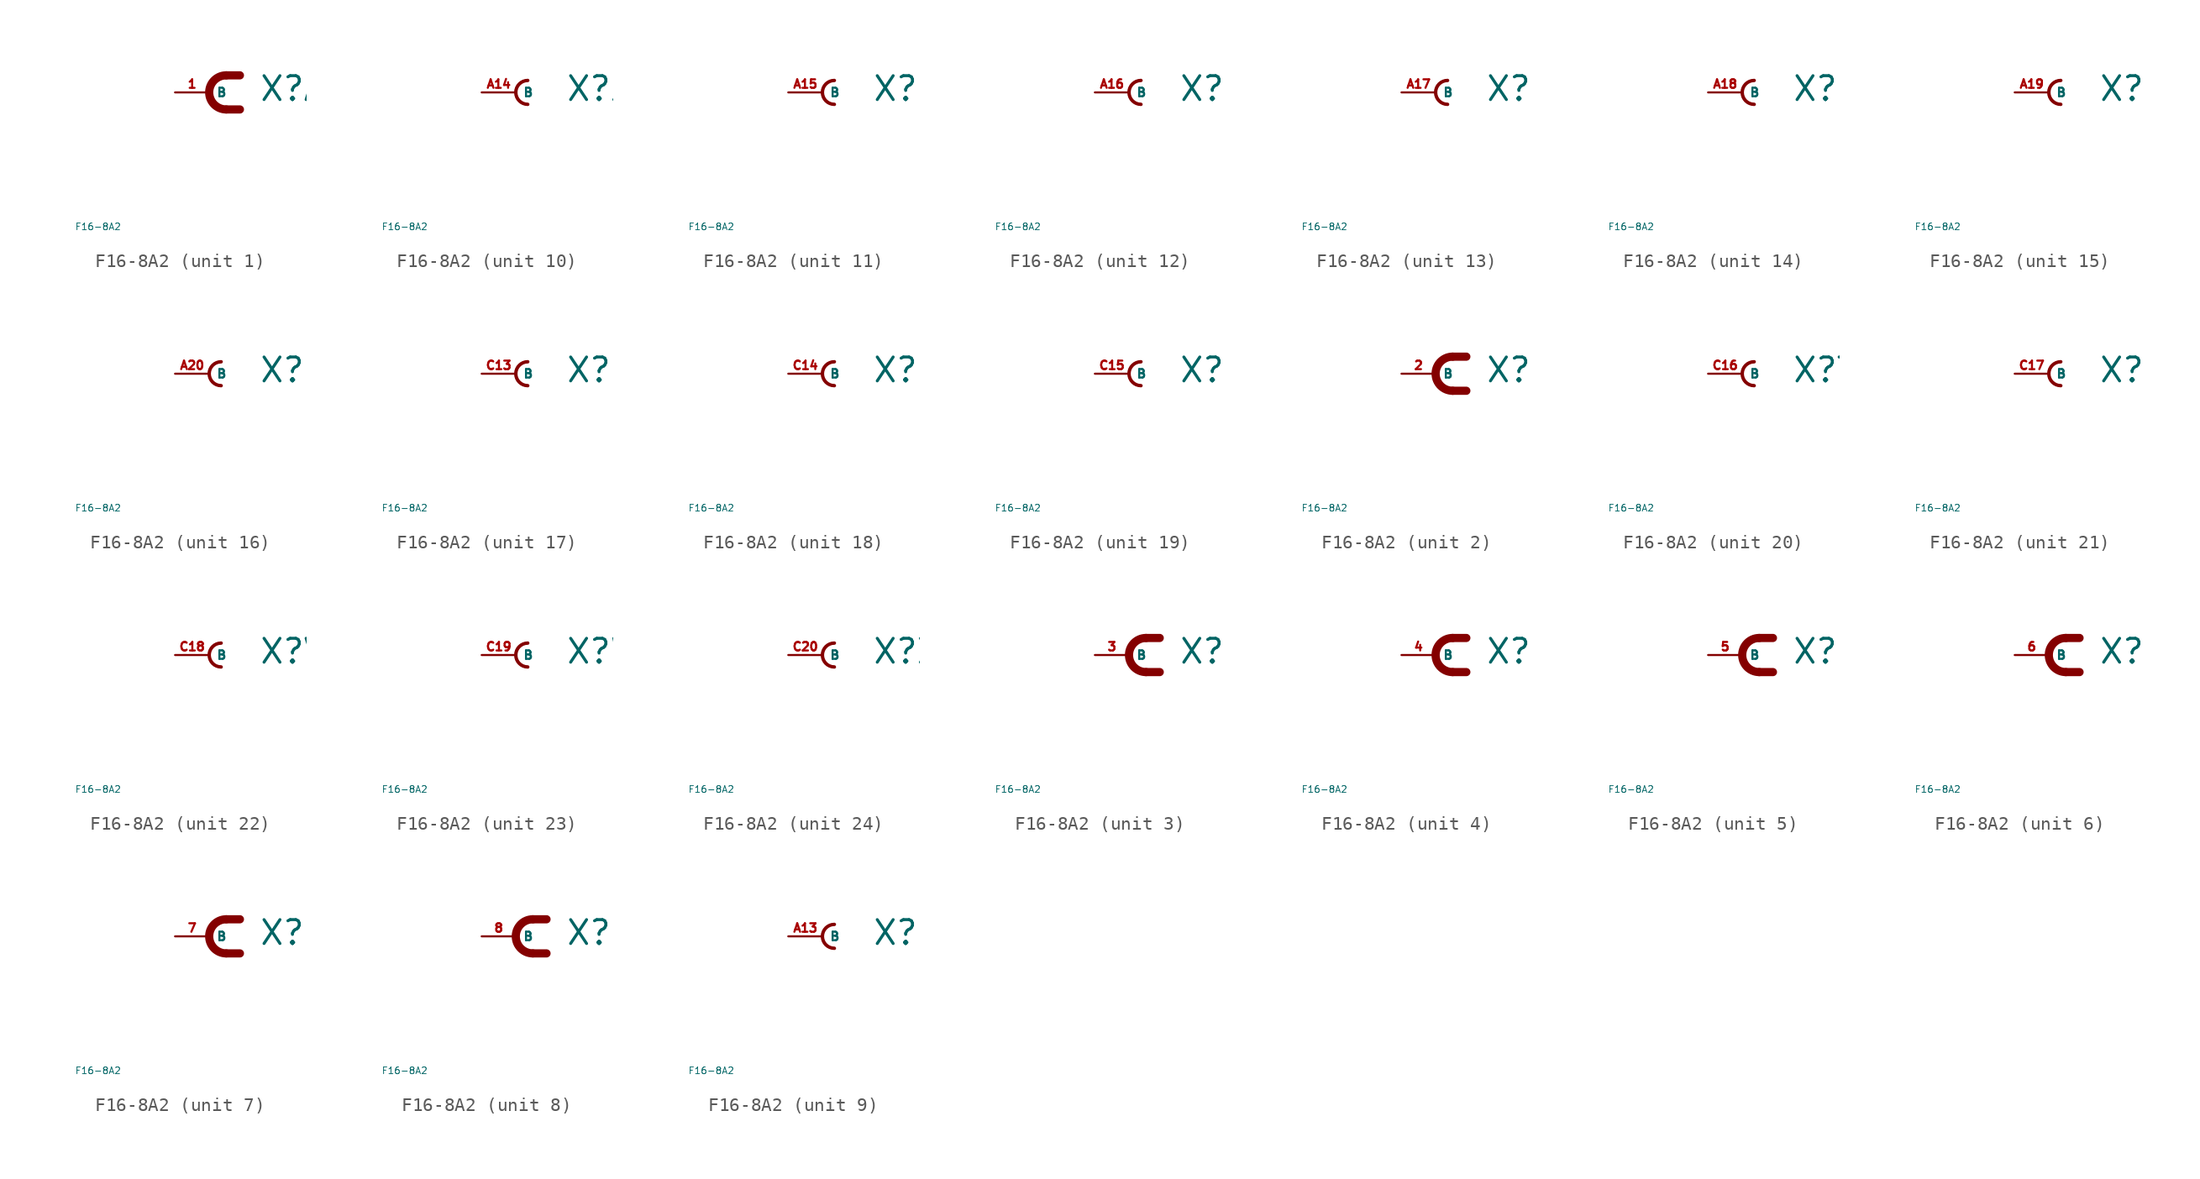
<source format=kicad_sym>
(kicad_symbol_lib
  (version 20220914)
  (generator Eagle2Kicad)
  (symbol "F16-8A2"
    (property "Reference" "X"
      (at 3.683 -0.762 0)
      (effects (font (size 1.778 1.778) (thickness 0.22)) (justify left bottom)))
    (property "Value" "F16-8A2"
      (at -10 -10 0)
      (effects (font (size 0.5 0.5) (thickness 0.06)) (justify left)))
    (symbol "F16-8A2_1_0"
      (arc (start 1.27 1.27) (mid 0.000 0.000) (end 1.27 -1.27) (stroke (width 0.6096) (type default)) (fill (type none)))
      (polyline (pts (xy 1.27 1.27) (xy 2.286 1.27)) (stroke (width 0.61) (type default)) (fill (type none)))
      (polyline (pts (xy 1.27 -1.27) (xy 2.286 -1.27)) (stroke (width 0.61) (type default)) (fill (type none)))
      (pin passive line (at -2.54 0 0) (length 2.54) (name "B" (effects (font (size 0.635 0.635) (thickness 0.08)) (justify left bottom))) (number "1" (effects (font (size 0.635 0.635) (thickness 0.08)) (justify left bottom)))))
    (symbol "F16-8A2_2_0"
      (arc (start 1.27 1.27) (mid 0.000 0.000) (end 1.27 -1.27) (stroke (width 0.6096) (type default)) (fill (type none)))
      (polyline (pts (xy 1.27 1.27) (xy 2.286 1.27)) (stroke (width 0.61) (type default)) (fill (type none)))
      (polyline (pts (xy 1.27 -1.27) (xy 2.286 -1.27)) (stroke (width 0.61) (type default)) (fill (type none)))
      (pin passive line (at -2.54 0 0) (length 2.54) (name "B" (effects (font (size 0.635 0.635) (thickness 0.08)) (justify left bottom))) (number "2" (effects (font (size 0.635 0.635) (thickness 0.08)) (justify left bottom)))))
    (symbol "F16-8A2_3_0"
      (arc (start 1.27 1.27) (mid 0.000 0.000) (end 1.27 -1.27) (stroke (width 0.6096) (type default)) (fill (type none)))
      (polyline (pts (xy 1.27 1.27) (xy 2.286 1.27)) (stroke (width 0.61) (type default)) (fill (type none)))
      (polyline (pts (xy 1.27 -1.27) (xy 2.286 -1.27)) (stroke (width 0.61) (type default)) (fill (type none)))
      (pin passive line (at -2.54 0 0) (length 2.54) (name "B" (effects (font (size 0.635 0.635) (thickness 0.08)) (justify left bottom))) (number "3" (effects (font (size 0.635 0.635) (thickness 0.08)) (justify left bottom)))))
    (symbol "F16-8A2_4_0"
      (arc (start 1.27 1.27) (mid 0.000 0.000) (end 1.27 -1.27) (stroke (width 0.6096) (type default)) (fill (type none)))
      (polyline (pts (xy 1.27 1.27) (xy 2.286 1.27)) (stroke (width 0.61) (type default)) (fill (type none)))
      (polyline (pts (xy 1.27 -1.27) (xy 2.286 -1.27)) (stroke (width 0.61) (type default)) (fill (type none)))
      (pin passive line (at -2.54 0 0) (length 2.54) (name "B" (effects (font (size 0.635 0.635) (thickness 0.08)) (justify left bottom))) (number "4" (effects (font (size 0.635 0.635) (thickness 0.08)) (justify left bottom)))))
    (symbol "F16-8A2_5_0"
      (arc (start 1.27 1.27) (mid 0.000 0.000) (end 1.27 -1.27) (stroke (width 0.6096) (type default)) (fill (type none)))
      (polyline (pts (xy 1.27 1.27) (xy 2.286 1.27)) (stroke (width 0.61) (type default)) (fill (type none)))
      (polyline (pts (xy 1.27 -1.27) (xy 2.286 -1.27)) (stroke (width 0.61) (type default)) (fill (type none)))
      (pin passive line (at -2.54 0 0) (length 2.54) (name "B" (effects (font (size 0.635 0.635) (thickness 0.08)) (justify left bottom))) (number "5" (effects (font (size 0.635 0.635) (thickness 0.08)) (justify left bottom)))))
    (symbol "F16-8A2_6_0"
      (arc (start 1.27 1.27) (mid 0.000 0.000) (end 1.27 -1.27) (stroke (width 0.6096) (type default)) (fill (type none)))
      (polyline (pts (xy 1.27 1.27) (xy 2.286 1.27)) (stroke (width 0.61) (type default)) (fill (type none)))
      (polyline (pts (xy 1.27 -1.27) (xy 2.286 -1.27)) (stroke (width 0.61) (type default)) (fill (type none)))
      (pin passive line (at -2.54 0 0) (length 2.54) (name "B" (effects (font (size 0.635 0.635) (thickness 0.08)) (justify left bottom))) (number "6" (effects (font (size 0.635 0.635) (thickness 0.08)) (justify left bottom)))))
    (symbol "F16-8A2_7_0"
      (arc (start 1.27 1.27) (mid 0.000 0.000) (end 1.27 -1.27) (stroke (width 0.6096) (type default)) (fill (type none)))
      (polyline (pts (xy 1.27 1.27) (xy 2.286 1.27)) (stroke (width 0.61) (type default)) (fill (type none)))
      (polyline (pts (xy 1.27 -1.27) (xy 2.286 -1.27)) (stroke (width 0.61) (type default)) (fill (type none)))
      (pin passive line (at -2.54 0 0) (length 2.54) (name "B" (effects (font (size 0.635 0.635) (thickness 0.08)) (justify left bottom))) (number "7" (effects (font (size 0.635 0.635) (thickness 0.08)) (justify left bottom)))))
    (symbol "F16-8A2_8_0"
      (arc (start 1.27 1.27) (mid 0.000 0.000) (end 1.27 -1.27) (stroke (width 0.6096) (type default)) (fill (type none)))
      (polyline (pts (xy 1.27 1.27) (xy 2.286 1.27)) (stroke (width 0.61) (type default)) (fill (type none)))
      (polyline (pts (xy 1.27 -1.27) (xy 2.286 -1.27)) (stroke (width 0.61) (type default)) (fill (type none)))
      (pin passive line (at -2.54 0 0) (length 2.54) (name "B" (effects (font (size 0.635 0.635) (thickness 0.08)) (justify left bottom))) (number "8" (effects (font (size 0.635 0.635) (thickness 0.08)) (justify left bottom)))))
    (symbol "F16-8A2_9_0"
      (arc (start 0.889 0.889) (mid 0.000 0.000) (end 0.889 -0.889) (stroke (width 0.254) (type default)) (fill (type none)))
      (pin passive line (at -2.54 0 0) (length 2.54) (name "B" (effects (font (size 0.635 0.635) (thickness 0.08)) (justify left bottom))) (number "A13" (effects (font (size 0.635 0.635) (thickness 0.08)) (justify left bottom)))))
    (symbol "F16-8A2_10_0"
      (arc (start 0.889 0.889) (mid 0.000 0.000) (end 0.889 -0.889) (stroke (width 0.254) (type default)) (fill (type none)))
      (pin passive line (at -2.54 0 0) (length 2.54) (name "B" (effects (font (size 0.635 0.635) (thickness 0.08)) (justify left bottom))) (number "A14" (effects (font (size 0.635 0.635) (thickness 0.08)) (justify left bottom)))))
    (symbol "F16-8A2_11_0"
      (arc (start 0.889 0.889) (mid 0.000 0.000) (end 0.889 -0.889) (stroke (width 0.254) (type default)) (fill (type none)))
      (pin passive line (at -2.54 0 0) (length 2.54) (name "B" (effects (font (size 0.635 0.635) (thickness 0.08)) (justify left bottom))) (number "A15" (effects (font (size 0.635 0.635) (thickness 0.08)) (justify left bottom)))))
    (symbol "F16-8A2_12_0"
      (arc (start 0.889 0.889) (mid 0.000 0.000) (end 0.889 -0.889) (stroke (width 0.254) (type default)) (fill (type none)))
      (pin passive line (at -2.54 0 0) (length 2.54) (name "B" (effects (font (size 0.635 0.635) (thickness 0.08)) (justify left bottom))) (number "A16" (effects (font (size 0.635 0.635) (thickness 0.08)) (justify left bottom)))))
    (symbol "F16-8A2_13_0"
      (arc (start 0.889 0.889) (mid 0.000 0.000) (end 0.889 -0.889) (stroke (width 0.254) (type default)) (fill (type none)))
      (pin passive line (at -2.54 0 0) (length 2.54) (name "B" (effects (font (size 0.635 0.635) (thickness 0.08)) (justify left bottom))) (number "A17" (effects (font (size 0.635 0.635) (thickness 0.08)) (justify left bottom)))))
    (symbol "F16-8A2_14_0"
      (arc (start 0.889 0.889) (mid 0.000 0.000) (end 0.889 -0.889) (stroke (width 0.254) (type default)) (fill (type none)))
      (pin passive line (at -2.54 0 0) (length 2.54) (name "B" (effects (font (size 0.635 0.635) (thickness 0.08)) (justify left bottom))) (number "A18" (effects (font (size 0.635 0.635) (thickness 0.08)) (justify left bottom)))))
    (symbol "F16-8A2_15_0"
      (arc (start 0.889 0.889) (mid 0.000 0.000) (end 0.889 -0.889) (stroke (width 0.254) (type default)) (fill (type none)))
      (pin passive line (at -2.54 0 0) (length 2.54) (name "B" (effects (font (size 0.635 0.635) (thickness 0.08)) (justify left bottom))) (number "A19" (effects (font (size 0.635 0.635) (thickness 0.08)) (justify left bottom)))))
    (symbol "F16-8A2_16_0"
      (arc (start 0.889 0.889) (mid 0.000 0.000) (end 0.889 -0.889) (stroke (width 0.254) (type default)) (fill (type none)))
      (pin passive line (at -2.54 0 0) (length 2.54) (name "B" (effects (font (size 0.635 0.635) (thickness 0.08)) (justify left bottom))) (number "A20" (effects (font (size 0.635 0.635) (thickness 0.08)) (justify left bottom)))))
    (symbol "F16-8A2_17_0"
      (arc (start 0.889 0.889) (mid 0.000 0.000) (end 0.889 -0.889) (stroke (width 0.254) (type default)) (fill (type none)))
      (pin passive line (at -2.54 0 0) (length 2.54) (name "B" (effects (font (size 0.635 0.635) (thickness 0.08)) (justify left bottom))) (number "C13" (effects (font (size 0.635 0.635) (thickness 0.08)) (justify left bottom)))))
    (symbol "F16-8A2_18_0"
      (arc (start 0.889 0.889) (mid 0.000 0.000) (end 0.889 -0.889) (stroke (width 0.254) (type default)) (fill (type none)))
      (pin passive line (at -2.54 0 0) (length 2.54) (name "B" (effects (font (size 0.635 0.635) (thickness 0.08)) (justify left bottom))) (number "C14" (effects (font (size 0.635 0.635) (thickness 0.08)) (justify left bottom)))))
    (symbol "F16-8A2_19_0"
      (arc (start 0.889 0.889) (mid 0.000 0.000) (end 0.889 -0.889) (stroke (width 0.254) (type default)) (fill (type none)))
      (pin passive line (at -2.54 0 0) (length 2.54) (name "B" (effects (font (size 0.635 0.635) (thickness 0.08)) (justify left bottom))) (number "C15" (effects (font (size 0.635 0.635) (thickness 0.08)) (justify left bottom)))))
    (symbol "F16-8A2_20_0"
      (arc (start 0.889 0.889) (mid 0.000 0.000) (end 0.889 -0.889) (stroke (width 0.254) (type default)) (fill (type none)))
      (pin passive line (at -2.54 0 0) (length 2.54) (name "B" (effects (font (size 0.635 0.635) (thickness 0.08)) (justify left bottom))) (number "C16" (effects (font (size 0.635 0.635) (thickness 0.08)) (justify left bottom)))))
    (symbol "F16-8A2_21_0"
      (arc (start 0.889 0.889) (mid 0.000 0.000) (end 0.889 -0.889) (stroke (width 0.254) (type default)) (fill (type none)))
      (pin passive line (at -2.54 0 0) (length 2.54) (name "B" (effects (font (size 0.635 0.635) (thickness 0.08)) (justify left bottom))) (number "C17" (effects (font (size 0.635 0.635) (thickness 0.08)) (justify left bottom)))))
    (symbol "F16-8A2_22_0"
      (arc (start 0.889 0.889) (mid 0.000 0.000) (end 0.889 -0.889) (stroke (width 0.254) (type default)) (fill (type none)))
      (pin passive line (at -2.54 0 0) (length 2.54) (name "B" (effects (font (size 0.635 0.635) (thickness 0.08)) (justify left bottom))) (number "C18" (effects (font (size 0.635 0.635) (thickness 0.08)) (justify left bottom)))))
    (symbol "F16-8A2_23_0"
      (arc (start 0.889 0.889) (mid 0.000 0.000) (end 0.889 -0.889) (stroke (width 0.254) (type default)) (fill (type none)))
      (pin passive line (at -2.54 0 0) (length 2.54) (name "B" (effects (font (size 0.635 0.635) (thickness 0.08)) (justify left bottom))) (number "C19" (effects (font (size 0.635 0.635) (thickness 0.08)) (justify left bottom)))))
    (symbol "F16-8A2_24_0"
      (arc (start 0.889 0.889) (mid 0.000 0.000) (end 0.889 -0.889) (stroke (width 0.254) (type default)) (fill (type none)))
      (pin passive line (at -2.54 0 0) (length 2.54) (name "B" (effects (font (size 0.635 0.635) (thickness 0.08)) (justify left bottom))) (number "C20" (effects (font (size 0.635 0.635) (thickness 0.08)) (justify left bottom)))))))
</source>
